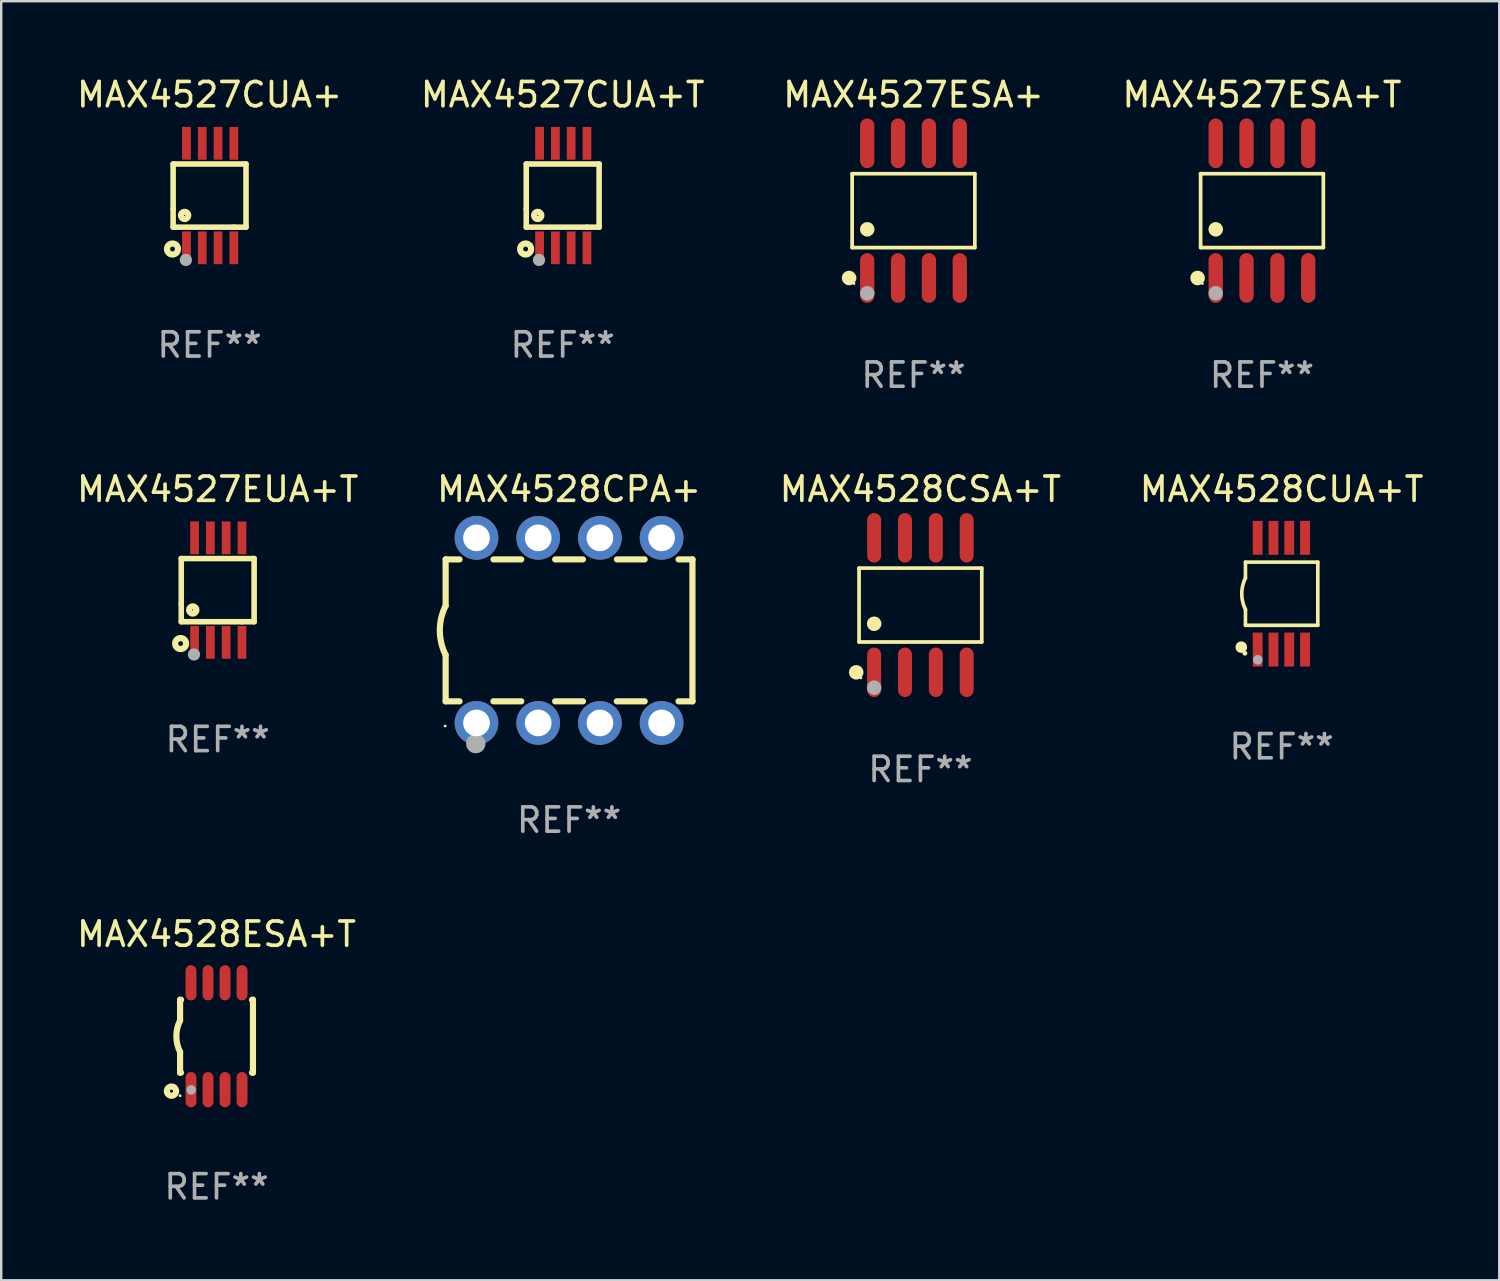
<source format=kicad_pcb>
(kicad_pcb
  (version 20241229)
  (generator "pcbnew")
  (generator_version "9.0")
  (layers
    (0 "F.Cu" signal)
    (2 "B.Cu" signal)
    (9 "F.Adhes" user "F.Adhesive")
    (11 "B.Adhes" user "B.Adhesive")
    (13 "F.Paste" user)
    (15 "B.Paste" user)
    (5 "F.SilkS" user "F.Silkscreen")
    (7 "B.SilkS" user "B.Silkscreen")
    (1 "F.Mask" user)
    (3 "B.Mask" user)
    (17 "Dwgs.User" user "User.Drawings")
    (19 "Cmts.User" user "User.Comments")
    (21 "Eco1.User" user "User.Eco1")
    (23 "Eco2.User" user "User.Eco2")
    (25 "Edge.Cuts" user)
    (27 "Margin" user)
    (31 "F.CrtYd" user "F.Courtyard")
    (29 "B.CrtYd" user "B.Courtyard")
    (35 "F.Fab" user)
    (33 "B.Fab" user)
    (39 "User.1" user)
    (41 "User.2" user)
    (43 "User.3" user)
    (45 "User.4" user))
  (footprint "MAX4527EUA+T"
    (layer "F.Cu")
    (at 5.911 21.242)
    (property "Reference" "MAX4527EUA+T" (at 0 -4.152 0) (layer "F.SilkS") (effects (font (size 1 1) (thickness 0.15))))
    (attr through_hole)
    (fp_line (start -1.5 1.301) (end 1 1.301) (stroke (width 0.229) (type solid)) (layer "F.SilkS"))
    (fp_line (start -1.5 -1.299) (end -1.5 0.551) (stroke (width 0.229) (type solid)) (layer "F.SilkS"))
    (fp_line (start -1.5 0.551) (end -1.5 1.301) (stroke (width 0.229) (type solid)) (layer "F.SilkS"))
    (fp_line (start 1 1.301) (end 1.5 1.301) (stroke (width 0.229) (type solid)) (layer "F.SilkS"))
    (fp_line (start 1.5 1.301) (end 1.5 -1.299) (stroke (width 0.229) (type solid)) (layer "F.SilkS"))
    (fp_line (start 1.5 -1.299) (end -1.5 -1.299) (stroke (width 0.229) (type solid)) (layer "F.SilkS"))
    (fp_circle (center -1.526 2.2) (end -1.426 2.2) (stroke (width 0.254) (type solid)) (fill no) (layer "F.SilkS"))
    (fp_circle (center -1.476 2.45) (end -1.446 2.45) (stroke (width 0.06) (type solid)) (fill no) (layer "F.SilkS"))
    (fp_circle (center -1.028 0.817) (end -0.878 0.817) (stroke (width 0.254) (type solid)) (fill no) (layer "F.SilkS"))
    (fp_circle (center -0.976 2.65) (end -0.849 2.65) (stroke (width 0.254) (type solid)) (fill no) (layer "F.Fab"))
    (fp_text user "REF**" (at 0 6.152 0) (layer "F.Fab") (effects (font (size 1 1) (thickness 0.15))))
    (pad "1" smd rect (at -0.951 2.15) (size 0.36 1.35) (layers "F.Cu" "F.Mask" "F.Paste"))
    (pad "2" smd rect (at -0.301 2.152) (size 0.36 1.35) (layers "F.Cu" "F.Mask" "F.Paste"))
    (pad "3" smd rect (at 0.349 2.151) (size 0.36 1.35) (layers "F.Cu" "F.Mask" "F.Paste"))
    (pad "4" smd rect (at 0.999 2.152) (size 0.36 1.35) (layers "F.Cu" "F.Mask" "F.Paste"))
    (pad "5" smd rect (at 0.999 -2.149) (size 0.36 1.35) (layers "F.Cu" "F.Mask" "F.Paste"))
    (pad "6" smd rect (at 0.349 -2.152) (size 0.36 1.35) (layers "F.Cu" "F.Mask" "F.Paste"))
    (pad "7" smd rect (at -0.301 -2.149) (size 0.36 1.35) (layers "F.Cu" "F.Mask" "F.Paste"))
    (pad "8" smd rect (at -0.951 -2.152) (size 0.36 1.35) (layers "F.Cu" "F.Mask" "F.Paste")))
  (footprint "MAX4528CPA+"
    (layer "F.Cu")
    (at 20.375 22.9)
    (property "Reference" "MAX4528CPA+" (at 0 -5.81 0) (layer "F.SilkS") (effects (font (size 1 1) (thickness 0.15))))
    (attr through_hole)
    (fp_line (start -5.08 -2.922) (end -5.08 -1.017) (stroke (width 0.254) (type solid)) (layer "F.SilkS"))
    (fp_line (start -5.08 -2.922) (end -4.509 -2.922) (stroke (width 0.254) (type solid)) (layer "F.SilkS"))
    (fp_line (start -5.08 2.92) (end -5.08 1.015) (stroke (width 0.254) (type solid)) (layer "F.SilkS"))
    (fp_line (start -5.08 2.92) (end -4.507 2.92) (stroke (width 0.254) (type solid)) (layer "F.SilkS"))
    (fp_line (start -3.113 2.92) (end -1.967 2.92) (stroke (width 0.254) (type solid)) (layer "F.SilkS"))
    (fp_line (start -3.111 -2.922) (end -1.969 -2.922) (stroke (width 0.254) (type solid)) (layer "F.SilkS"))
    (fp_line (start -0.573 2.92) (end 0.573 2.92) (stroke (width 0.254) (type solid)) (layer "F.SilkS"))
    (fp_line (start -0.571 -2.922) (end 0.571 -2.922) (stroke (width 0.254) (type solid)) (layer "F.SilkS"))
    (fp_line (start 1.967 2.92) (end 3.113 2.92) (stroke (width 0.254) (type solid)) (layer "F.SilkS"))
    (fp_line (start 1.969 -2.922) (end 3.111 -2.922) (stroke (width 0.254) (type solid)) (layer "F.SilkS"))
    (fp_line (start 4.507 2.92) (end 5.08 2.92) (stroke (width 0.254) (type solid)) (layer "F.SilkS"))
    (fp_line (start 4.509 -2.922) (end 5.08 -2.922) (stroke (width 0.254) (type solid)) (layer "F.SilkS"))
    (fp_line (start 5.08 -2.922) (end 5.08 2.92) (stroke (width 0.254) (type solid)) (layer "F.SilkS"))
    (fp_arc (start -5.08001 1.01524) (mid -5.319856 -0.000762) (end -5.08001 -1.016764) (stroke (width 0.254001) (type solid)) (layer "F.SilkS"))
    (fp_circle (center -5.1 3.935) (end -5.07 3.935) (stroke (width 0.06) (type solid)) (fill no) (layer "F.SilkS"))
    (fp_circle (center -3.84 4.66) (end -3.64 4.66) (stroke (width 0.4) (type solid)) (fill no) (layer "F.Fab"))
    (fp_text user "REF**" (at 0 7.81 0) (layer "F.Fab") (effects (font (size 1 1) (thickness 0.15))))
    (pad "1" thru_hole circle (at -3.81 3.81) (size 1.8 1.8) (drill 1.1) (layers "*.Cu" "*.Mask"))
    (pad "2" thru_hole circle (at -1.27 3.81) (size 1.8 1.8) (drill 1.1) (layers "*.Cu" "*.Mask"))
    (pad "3" thru_hole circle (at 1.27 3.81) (size 1.8 1.8) (drill 1.1) (layers "*.Cu" "*.Mask"))
    (pad "4" thru_hole circle (at 3.81 3.81) (size 1.8 1.8) (drill 1.1) (layers "*.Cu" "*.Mask"))
    (pad "5" thru_hole circle (at 3.81 -3.81) (size 1.8 1.8) (drill 1.1) (layers "*.Cu" "*.Mask"))
    (pad "6" thru_hole circle (at 1.27 -3.81) (size 1.8 1.8) (drill 1.1) (layers "*.Cu" "*.Mask"))
    (pad "7" thru_hole circle (at -1.27 -3.81) (size 1.8 1.8) (drill 1.1) (layers "*.Cu" "*.Mask"))
    (pad "8" thru_hole circle (at -3.81 -3.81) (size 1.8 1.8) (drill 1.1) (layers "*.Cu" "*.Mask")))
  (footprint "MAX4528ESA+T"
    (layer "F.Cu")
    (at 5.863 39.606)
    (property "Reference" "MAX4528ESA+T" (at 0 -4.2 0) (layer "F.SilkS") (effects (font (size 1 1) (thickness 0.15))))
    (attr through_hole)
    (fp_line (start -1.5 -1.5) (end -1.5 -0.65) (stroke (width 0.254) (type solid)) (layer "F.SilkS"))
    (fp_line (start -1.5 -1.5) (end -1.46 -1.5) (stroke (width 0.254) (type solid)) (layer "F.SilkS"))
    (fp_line (start -1.5 1.5) (end -1.5 0.65) (stroke (width 0.254) (type solid)) (layer "F.SilkS"))
    (fp_line (start -1.5 1.5) (end -1.46 1.5) (stroke (width 0.254) (type solid)) (layer "F.SilkS"))
    (fp_line (start 1.46 -1.5) (end 1.5 -1.5) (stroke (width 0.254) (type solid)) (layer "F.SilkS"))
    (fp_line (start 1.46 1.5) (end 1.5 1.5) (stroke (width 0.254) (type solid)) (layer "F.SilkS"))
    (fp_line (start 1.5 -1.5) (end 1.5 1.5) (stroke (width 0.254) (type solid)) (layer "F.SilkS"))
    (fp_arc (start -1.499898 0.648844) (mid -1.653254 -0.000623) (end -1.5 -0.650114) (stroke (width 0.254001) (type solid)) (layer "F.SilkS"))
    (fp_circle (center -1.854 2.26) (end -1.664 2.26) (stroke (width 0.254) (type solid)) (fill no) (layer "F.SilkS"))
    (fp_circle (center -1.5 2.45) (end -1.47 2.45) (stroke (width 0.06) (type solid)) (fill no) (layer "F.SilkS"))
    (fp_circle (center -1.041 2.21) (end -0.941 2.21) (stroke (width 0.2) (type solid)) (fill no) (layer "F.Fab"))
    (fp_text user "REF**" (at 0 6.2 0) (layer "F.Fab") (effects (font (size 1 1) (thickness 0.15))))
    (pad "1" smd oval (at -1.05 2.2 180) (size 0.45 1.45) (layers "F.Cu" "F.Mask" "F.Paste"))
    (pad "2" smd oval (at -0.35 2.2 180) (size 0.45 1.45) (layers "F.Cu" "F.Mask" "F.Paste"))
    (pad "3" smd oval (at 0.35 2.2 180) (size 0.45 1.45) (layers "F.Cu" "F.Mask" "F.Paste"))
    (pad "4" smd oval (at 1.05 2.2 180) (size 0.45 1.45) (layers "F.Cu" "F.Mask" "F.Paste"))
    (pad "5" smd oval (at 1.05 -2.2 180) (size 0.45 1.45) (layers "F.Cu" "F.Mask" "F.Paste"))
    (pad "6" smd oval (at 0.35 -2.2 180) (size 0.45 1.45) (layers "F.Cu" "F.Mask" "F.Paste"))
    (pad "7" smd oval (at -0.35 -2.2 180) (size 0.45 1.45) (layers "F.Cu" "F.Mask" "F.Paste"))
    (pad "8" smd oval (at -1.05 -2.2 180) (size 0.45 1.45) (layers "F.Cu" "F.Mask" "F.Paste")))
  (footprint "MAX4528CUA+T"
    (layer "F.Cu")
    (at 49.708 21.39)
    (property "Reference" "MAX4528CUA+T" (at 0 -4.3 0) (layer "F.SilkS") (effects (font (size 1 1) (thickness 0.15))))
    (attr through_hole)
    (fp_line (start -1.489 -1.3) (end -1.489 -0.648) (stroke (width 0.15) (type solid)) (layer "F.SilkS"))
    (fp_line (start -1.489 0.648) (end -1.489 1.3) (stroke (width 0.15) (type solid)) (layer "F.SilkS"))
    (fp_line (start -1.489 1.3) (end 1.489 1.3) (stroke (width 0.15) (type solid)) (layer "F.SilkS"))
    (fp_line (start 1.489 -1.3) (end -1.489 -1.3) (stroke (width 0.15) (type solid)) (layer "F.SilkS"))
    (fp_line (start 1.489 1.3) (end 1.489 -1.3) (stroke (width 0.15) (type solid)) (layer "F.SilkS"))
    (fp_arc (start -1.489205 0.647702) (mid -1.642107 0) (end -1.489205 -0.647701) (stroke (width 0.150013) (type solid)) (layer "F.SilkS"))
    (fp_circle (center -1.661 2.2) (end -1.541 2.2) (stroke (width 0.24) (type solid)) (fill no) (layer "F.SilkS"))
    (fp_circle (center -1.511 2.45) (end -1.461 2.45) (stroke (width 0.1) (type solid)) (fill no) (layer "F.SilkS"))
    (fp_circle (center -0.981 2.72) (end -0.881 2.72) (stroke (width 0.2) (type solid)) (fill no) (layer "F.Fab"))
    (fp_text user "REF**" (at 0 6.3 0) (layer "F.Fab") (effects (font (size 1 1) (thickness 0.15))))
    (pad "1" smd rect (at -0.986 2.3) (size 0.406 1.397) (layers "F.Cu" "F.Mask" "F.Paste"))
    (pad "2" smd rect (at -0.336 2.3) (size 0.406 1.397) (layers "F.Cu" "F.Mask" "F.Paste"))
    (pad "3" smd rect (at 0.314 2.3) (size 0.406 1.397) (layers "F.Cu" "F.Mask" "F.Paste"))
    (pad "4" smd rect (at 0.964 2.3) (size 0.406 1.397) (layers "F.Cu" "F.Mask" "F.Paste"))
    (pad "5" smd rect (at 0.964 -2.3) (size 0.406 1.397) (layers "F.Cu" "F.Mask" "F.Paste"))
    (pad "6" smd rect (at 0.314 -2.3) (size 0.406 1.397) (layers "F.Cu" "F.Mask" "F.Paste"))
    (pad "7" smd rect (at -0.336 -2.3) (size 0.406 1.397) (layers "F.Cu" "F.Mask" "F.Paste"))
    (pad "8" smd rect (at -0.986 -2.3) (size 0.406 1.397) (layers "F.Cu" "F.Mask" "F.Paste")))
  (footprint "MAX4528CSA+T"
    (layer "F.Cu")
    (at 34.839 21.857)
    (property "Reference" "MAX4528CSA+T" (at 0 -4.768 0) (layer "F.SilkS") (effects (font (size 1 1) (thickness 0.15))))
    (attr through_hole)
    (fp_line (start -2.526 -1.521) (end 2.526 -1.521) (stroke (width 0.152) (type solid)) (layer "F.SilkS"))
    (fp_line (start -2.526 1.521) (end -2.526 -1.521) (stroke (width 0.152) (type solid)) (layer "F.SilkS"))
    (fp_line (start 2.526 -1.521) (end 2.526 1.521) (stroke (width 0.152) (type solid)) (layer "F.SilkS"))
    (fp_line (start 2.526 1.521) (end -2.526 1.521) (stroke (width 0.152) (type solid)) (layer "F.SilkS"))
    (fp_circle (center -2.644 2.768) (end -2.494 2.768) (stroke (width 0.3) (type solid)) (fill no) (layer "F.SilkS"))
    (fp_circle (center -2.45 2.998) (end -2.42 2.998) (stroke (width 0.06) (type solid)) (fill no) (layer "F.SilkS"))
    (fp_circle (center -1.905 0.769) (end -1.755 0.769) (stroke (width 0.3) (type solid)) (fill no) (layer "F.SilkS"))
    (fp_circle (center -1.905 3.398) (end -1.755 3.398) (stroke (width 0.3) (type solid)) (fill no) (layer "F.Fab"))
    (fp_text user "REF**" (at 0 6.768 0) (layer "F.Fab") (effects (font (size 1 1) (thickness 0.15))))
    (pad "1" smd oval (at -1.905 2.768) (size 0.574 2.036) (layers "F.Cu" "F.Mask" "F.Paste"))
    (pad "2" smd oval (at -0.635 2.768) (size 0.574 2.036) (layers "F.Cu" "F.Mask" "F.Paste"))
    (pad "3" smd oval (at 0.635 2.768) (size 0.574 2.036) (layers "F.Cu" "F.Mask" "F.Paste"))
    (pad "4" smd oval (at 1.905 2.768) (size 0.574 2.036) (layers "F.Cu" "F.Mask" "F.Paste"))
    (pad "5" smd oval (at 1.905 -2.768) (size 0.574 2.036) (layers "F.Cu" "F.Mask" "F.Paste"))
    (pad "6" smd oval (at 0.635 -2.768) (size 0.574 2.036) (layers "F.Cu" "F.Mask" "F.Paste"))
    (pad "7" smd oval (at -0.635 -2.768) (size 0.574 2.036) (layers "F.Cu" "F.Mask" "F.Paste"))
    (pad "8" smd oval (at -1.905 -2.768) (size 0.574 2.036) (layers "F.Cu" "F.Mask" "F.Paste")))
  (footprint "MAX4527ESA+"
    (layer "F.Cu")
    (at 34.554 5.621)
    (property "Reference" "MAX4527ESA+" (at 0 -4.772 0) (layer "F.SilkS") (effects (font (size 1 1) (thickness 0.15))))
    (attr through_hole)
    (fp_line (start -2.526 -1.521) (end 2.526 -1.521) (stroke (width 0.152) (type solid)) (layer "F.SilkS"))
    (fp_line (start -2.526 1.521) (end -2.526 -1.521) (stroke (width 0.152) (type solid)) (layer "F.SilkS"))
    (fp_line (start 2.526 -1.521) (end 2.526 1.521) (stroke (width 0.152) (type solid)) (layer "F.SilkS"))
    (fp_line (start 2.526 1.521) (end -2.526 1.521) (stroke (width 0.152) (type solid)) (layer "F.SilkS"))
    (fp_circle (center -2.652 2.772) (end -2.501 2.772) (stroke (width 0.3) (type solid)) (fill no) (layer "F.SilkS"))
    (fp_circle (center -2.45 3) (end -2.42 3) (stroke (width 0.06) (type solid)) (fill no) (layer "F.SilkS"))
    (fp_circle (center -1.905 0.769) (end -1.755 0.769) (stroke (width 0.3) (type solid)) (fill no) (layer "F.SilkS"))
    (fp_circle (center -1.905 3.4) (end -1.755 3.4) (stroke (width 0.3) (type solid)) (fill no) (layer "F.Fab"))
    (fp_text user "REF**" (at 0 6.772 0) (layer "F.Fab") (effects (font (size 1 1) (thickness 0.15))))
    (pad "1" smd oval (at -1.905 2.772) (size 0.588 2.045) (layers "F.Cu" "F.Mask" "F.Paste"))
    (pad "2" smd oval (at -0.635 2.772) (size 0.588 2.045) (layers "F.Cu" "F.Mask" "F.Paste"))
    (pad "3" smd oval (at 0.635 2.772) (size 0.588 2.045) (layers "F.Cu" "F.Mask" "F.Paste"))
    (pad "4" smd oval (at 1.905 2.772) (size 0.588 2.045) (layers "F.Cu" "F.Mask" "F.Paste"))
    (pad "5" smd oval (at 1.905 -2.772) (size 0.588 2.045) (layers "F.Cu" "F.Mask" "F.Paste"))
    (pad "6" smd oval (at 0.635 -2.772) (size 0.588 2.045) (layers "F.Cu" "F.Mask" "F.Paste"))
    (pad "7" smd oval (at -0.635 -2.772) (size 0.588 2.045) (layers "F.Cu" "F.Mask" "F.Paste"))
    (pad "8" smd oval (at -1.905 -2.772) (size 0.588 2.045) (layers "F.Cu" "F.Mask" "F.Paste")))
  (footprint "MAX4527ESA+T"
    (layer "F.Cu")
    (at 48.899 5.621)
    (property "Reference" "MAX4527ESA+T" (at 0 -4.772 0) (layer "F.SilkS") (effects (font (size 1 1) (thickness 0.15))))
    (attr through_hole)
    (fp_line (start -2.526 -1.521) (end 2.526 -1.521) (stroke (width 0.152) (type solid)) (layer "F.SilkS"))
    (fp_line (start -2.526 1.521) (end -2.526 -1.521) (stroke (width 0.152) (type solid)) (layer "F.SilkS"))
    (fp_line (start 2.526 -1.521) (end 2.526 1.521) (stroke (width 0.152) (type solid)) (layer "F.SilkS"))
    (fp_line (start 2.526 1.521) (end -2.526 1.521) (stroke (width 0.152) (type solid)) (layer "F.SilkS"))
    (fp_circle (center -2.652 2.772) (end -2.501 2.772) (stroke (width 0.3) (type solid)) (fill no) (layer "F.SilkS"))
    (fp_circle (center -2.45 3) (end -2.42 3) (stroke (width 0.06) (type solid)) (fill no) (layer "F.SilkS"))
    (fp_circle (center -1.905 0.769) (end -1.755 0.769) (stroke (width 0.3) (type solid)) (fill no) (layer "F.SilkS"))
    (fp_circle (center -1.905 3.4) (end -1.755 3.4) (stroke (width 0.3) (type solid)) (fill no) (layer "F.Fab"))
    (fp_text user "REF**" (at 0 6.772 0) (layer "F.Fab") (effects (font (size 1 1) (thickness 0.15))))
    (pad "1" smd oval (at -1.905 2.772) (size 0.588 2.045) (layers "F.Cu" "F.Mask" "F.Paste"))
    (pad "2" smd oval (at -0.635 2.772) (size 0.588 2.045) (layers "F.Cu" "F.Mask" "F.Paste"))
    (pad "3" smd oval (at 0.635 2.772) (size 0.588 2.045) (layers "F.Cu" "F.Mask" "F.Paste"))
    (pad "4" smd oval (at 1.905 2.772) (size 0.588 2.045) (layers "F.Cu" "F.Mask" "F.Paste"))
    (pad "5" smd oval (at 1.905 -2.772) (size 0.588 2.045) (layers "F.Cu" "F.Mask" "F.Paste"))
    (pad "6" smd oval (at 0.635 -2.772) (size 0.588 2.045) (layers "F.Cu" "F.Mask" "F.Paste"))
    (pad "7" smd oval (at -0.635 -2.772) (size 0.588 2.045) (layers "F.Cu" "F.Mask" "F.Paste"))
    (pad "8" smd oval (at -1.905 -2.772) (size 0.588 2.045) (layers "F.Cu" "F.Mask" "F.Paste")))
  (footprint "MAX4527CUA+"
    (layer "F.Cu")
    (at 5.577 5)
    (property "Reference" "MAX4527CUA+" (at 0 -4.152 0) (layer "F.SilkS") (effects (font (size 1 1) (thickness 0.15))))
    (attr through_hole)
    (fp_line (start -1.5 1.301) (end 1 1.301) (stroke (width 0.229) (type solid)) (layer "F.SilkS"))
    (fp_line (start -1.5 -1.299) (end -1.5 0.551) (stroke (width 0.229) (type solid)) (layer "F.SilkS"))
    (fp_line (start -1.5 0.551) (end -1.5 1.301) (stroke (width 0.229) (type solid)) (layer "F.SilkS"))
    (fp_line (start 1 1.301) (end 1.5 1.301) (stroke (width 0.229) (type solid)) (layer "F.SilkS"))
    (fp_line (start 1.5 1.301) (end 1.5 -1.299) (stroke (width 0.229) (type solid)) (layer "F.SilkS"))
    (fp_line (start 1.5 -1.299) (end -1.5 -1.299) (stroke (width 0.229) (type solid)) (layer "F.SilkS"))
    (fp_circle (center -1.526 2.2) (end -1.426 2.2) (stroke (width 0.254) (type solid)) (fill no) (layer "F.SilkS"))
    (fp_circle (center -1.476 2.45) (end -1.446 2.45) (stroke (width 0.06) (type solid)) (fill no) (layer "F.SilkS"))
    (fp_circle (center -1.028 0.817) (end -0.878 0.817) (stroke (width 0.254) (type solid)) (fill no) (layer "F.SilkS"))
    (fp_circle (center -0.976 2.65) (end -0.849 2.65) (stroke (width 0.254) (type solid)) (fill no) (layer "F.Fab"))
    (fp_text user "REF**" (at 0 6.152 0) (layer "F.Fab") (effects (font (size 1 1) (thickness 0.15))))
    (pad "1" smd rect (at -0.951 2.15) (size 0.36 1.35) (layers "F.Cu" "F.Mask" "F.Paste"))
    (pad "2" smd rect (at -0.301 2.152) (size 0.36 1.35) (layers "F.Cu" "F.Mask" "F.Paste"))
    (pad "3" smd rect (at 0.349 2.151) (size 0.36 1.35) (layers "F.Cu" "F.Mask" "F.Paste"))
    (pad "4" smd rect (at 0.999 2.152) (size 0.36 1.35) (layers "F.Cu" "F.Mask" "F.Paste"))
    (pad "5" smd rect (at 0.999 -2.149) (size 0.36 1.35) (layers "F.Cu" "F.Mask" "F.Paste"))
    (pad "6" smd rect (at 0.349 -2.152) (size 0.36 1.35) (layers "F.Cu" "F.Mask" "F.Paste"))
    (pad "7" smd rect (at -0.301 -2.149) (size 0.36 1.35) (layers "F.Cu" "F.Mask" "F.Paste"))
    (pad "8" smd rect (at -0.951 -2.152) (size 0.36 1.35) (layers "F.Cu" "F.Mask" "F.Paste")))
  (footprint "MAX4527CUA+T"
    (layer "F.Cu")
    (at 20.113 5)
    (property "Reference" "MAX4527CUA+T" (at 0 -4.152 0) (layer "F.SilkS") (effects (font (size 1 1) (thickness 0.15))))
    (attr through_hole)
    (fp_line (start -1.5 1.301) (end 1 1.301) (stroke (width 0.229) (type solid)) (layer "F.SilkS"))
    (fp_line (start -1.5 -1.299) (end -1.5 0.551) (stroke (width 0.229) (type solid)) (layer "F.SilkS"))
    (fp_line (start -1.5 0.551) (end -1.5 1.301) (stroke (width 0.229) (type solid)) (layer "F.SilkS"))
    (fp_line (start 1 1.301) (end 1.5 1.301) (stroke (width 0.229) (type solid)) (layer "F.SilkS"))
    (fp_line (start 1.5 1.301) (end 1.5 -1.299) (stroke (width 0.229) (type solid)) (layer "F.SilkS"))
    (fp_line (start 1.5 -1.299) (end -1.5 -1.299) (stroke (width 0.229) (type solid)) (layer "F.SilkS"))
    (fp_circle (center -1.526 2.2) (end -1.426 2.2) (stroke (width 0.254) (type solid)) (fill no) (layer "F.SilkS"))
    (fp_circle (center -1.476 2.45) (end -1.446 2.45) (stroke (width 0.06) (type solid)) (fill no) (layer "F.SilkS"))
    (fp_circle (center -1.028 0.817) (end -0.878 0.817) (stroke (width 0.254) (type solid)) (fill no) (layer "F.SilkS"))
    (fp_circle (center -0.976 2.65) (end -0.849 2.65) (stroke (width 0.254) (type solid)) (fill no) (layer "F.Fab"))
    (fp_text user "REF**" (at 0 6.152 0) (layer "F.Fab") (effects (font (size 1 1) (thickness 0.15))))
    (pad "1" smd rect (at -0.951 2.15) (size 0.36 1.35) (layers "F.Cu" "F.Mask" "F.Paste"))
    (pad "2" smd rect (at -0.301 2.152) (size 0.36 1.35) (layers "F.Cu" "F.Mask" "F.Paste"))
    (pad "3" smd rect (at 0.349 2.151) (size 0.36 1.35) (layers "F.Cu" "F.Mask" "F.Paste"))
    (pad "4" smd rect (at 0.999 2.152) (size 0.36 1.35) (layers "F.Cu" "F.Mask" "F.Paste"))
    (pad "5" smd rect (at 0.999 -2.149) (size 0.36 1.35) (layers "F.Cu" "F.Mask" "F.Paste"))
    (pad "6" smd rect (at 0.349 -2.152) (size 0.36 1.35) (layers "F.Cu" "F.Mask" "F.Paste"))
    (pad "7" smd rect (at -0.301 -2.149) (size 0.36 1.35) (layers "F.Cu" "F.Mask" "F.Paste"))
    (pad "8" smd rect (at -0.951 -2.152) (size 0.36 1.35) (layers "F.Cu" "F.Mask" "F.Paste")))
  (gr_rect
    (start -3 -3)
    (end 58.667 49.654)
    (stroke (width 0.1) (type default))
    (fill no)
    (layer "Edge.Cuts")))
</source>
